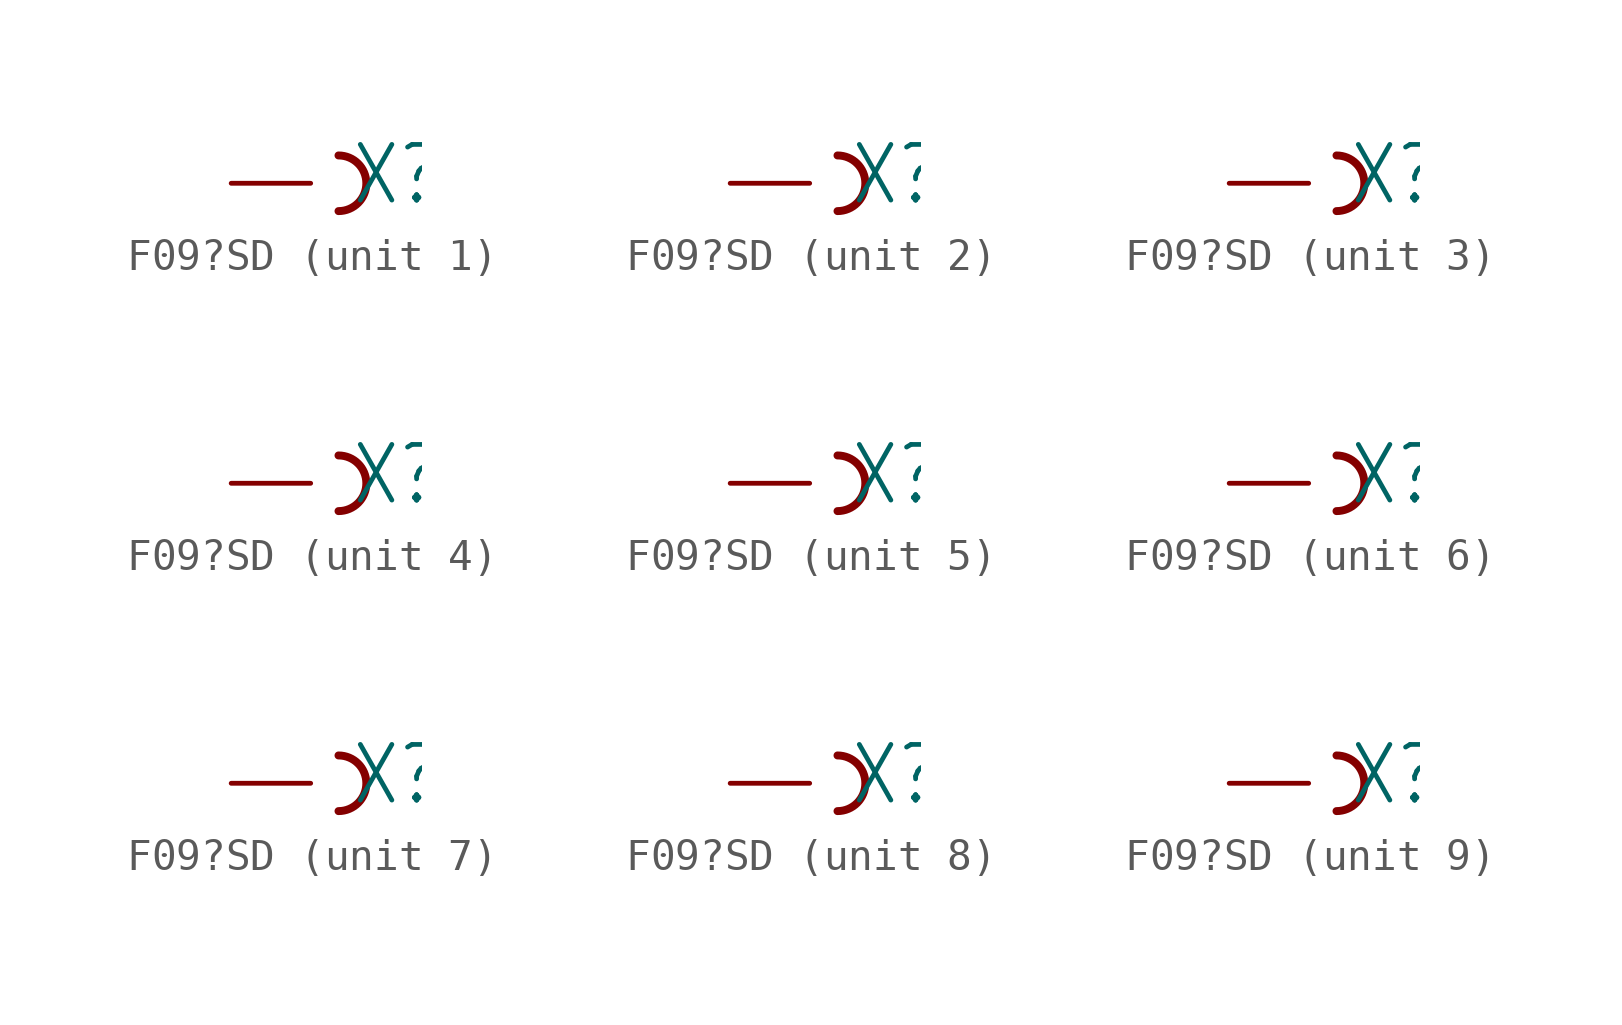
<source format=kicad_sym>
(kicad_symbol_lib
  (version 20211014)
  (generator kicad_symbol_editor)
  (symbol "F09?SD"
    (property "Reference" "X"
      (at 1.27 -0.762 0)
      (effects (font (size 1.778 1.511)) (justify left bottom)))
    (property "ki_locked" ""
      (at 0 0 0)
      (effects (font (size 1.27 1.27))))
    (symbol "F09?SD_1_0"
      (arc (start 0.889 -0.889) (mid 1.778 0) (end 0.889 0.889) (stroke (width 0.254) (type default) (color 0 0 0 0)) (fill (type none)))
      (pin passive line (at -2.54 0 0) (length 2.54) (name "F" (effects (font (size 0 0)))) (number "1" (effects (font (size 0 0))))))
    (symbol "F09?SD_2_0"
      (arc (start 0.889 -0.889) (mid 1.778 0) (end 0.889 0.889) (stroke (width 0.254) (type default) (color 0 0 0 0)) (fill (type none)))
      (pin passive line (at -2.54 0 0) (length 2.54) (name "F" (effects (font (size 0 0)))) (number "2" (effects (font (size 0 0))))))
    (symbol "F09?SD_3_0"
      (arc (start 0.889 -0.889) (mid 1.778 0) (end 0.889 0.889) (stroke (width 0.254) (type default) (color 0 0 0 0)) (fill (type none)))
      (pin passive line (at -2.54 0 0) (length 2.54) (name "F" (effects (font (size 0 0)))) (number "3" (effects (font (size 0 0))))))
    (symbol "F09?SD_4_0"
      (arc (start 0.889 -0.889) (mid 1.778 0) (end 0.889 0.889) (stroke (width 0.254) (type default) (color 0 0 0 0)) (fill (type none)))
      (pin passive line (at -2.54 0 0) (length 2.54) (name "F" (effects (font (size 0 0)))) (number "4" (effects (font (size 0 0))))))
    (symbol "F09?SD_5_0"
      (arc (start 0.889 -0.889) (mid 1.778 0) (end 0.889 0.889) (stroke (width 0.254) (type default) (color 0 0 0 0)) (fill (type none)))
      (pin passive line (at -2.54 0 0) (length 2.54) (name "F" (effects (font (size 0 0)))) (number "5" (effects (font (size 0 0))))))
    (symbol "F09?SD_6_0"
      (arc (start 0.889 -0.889) (mid 1.778 0) (end 0.889 0.889) (stroke (width 0.254) (type default) (color 0 0 0 0)) (fill (type none)))
      (pin passive line (at -2.54 0 0) (length 2.54) (name "F" (effects (font (size 0 0)))) (number "6" (effects (font (size 0 0))))))
    (symbol "F09?SD_7_0"
      (arc (start 0.889 -0.889) (mid 1.778 0) (end 0.889 0.889) (stroke (width 0.254) (type default) (color 0 0 0 0)) (fill (type none)))
      (pin passive line (at -2.54 0 0) (length 2.54) (name "F" (effects (font (size 0 0)))) (number "7" (effects (font (size 0 0))))))
    (symbol "F09?SD_8_0"
      (arc (start 0.889 -0.889) (mid 1.778 0) (end 0.889 0.889) (stroke (width 0.254) (type default) (color 0 0 0 0)) (fill (type none)))
      (pin passive line (at -2.54 0 0) (length 2.54) (name "F" (effects (font (size 0 0)))) (number "8" (effects (font (size 0 0))))))
    (symbol "F09?SD_9_0"
      (arc (start 0.889 -0.889) (mid 1.778 0) (end 0.889 0.889) (stroke (width 0.254) (type default) (color 0 0 0 0)) (fill (type none)))
      (pin passive line (at -2.54 0 0) (length 2.54) (name "F" (effects (font (size 0 0)))) (number "9" (effects (font (size 0 0))))))))
</source>
